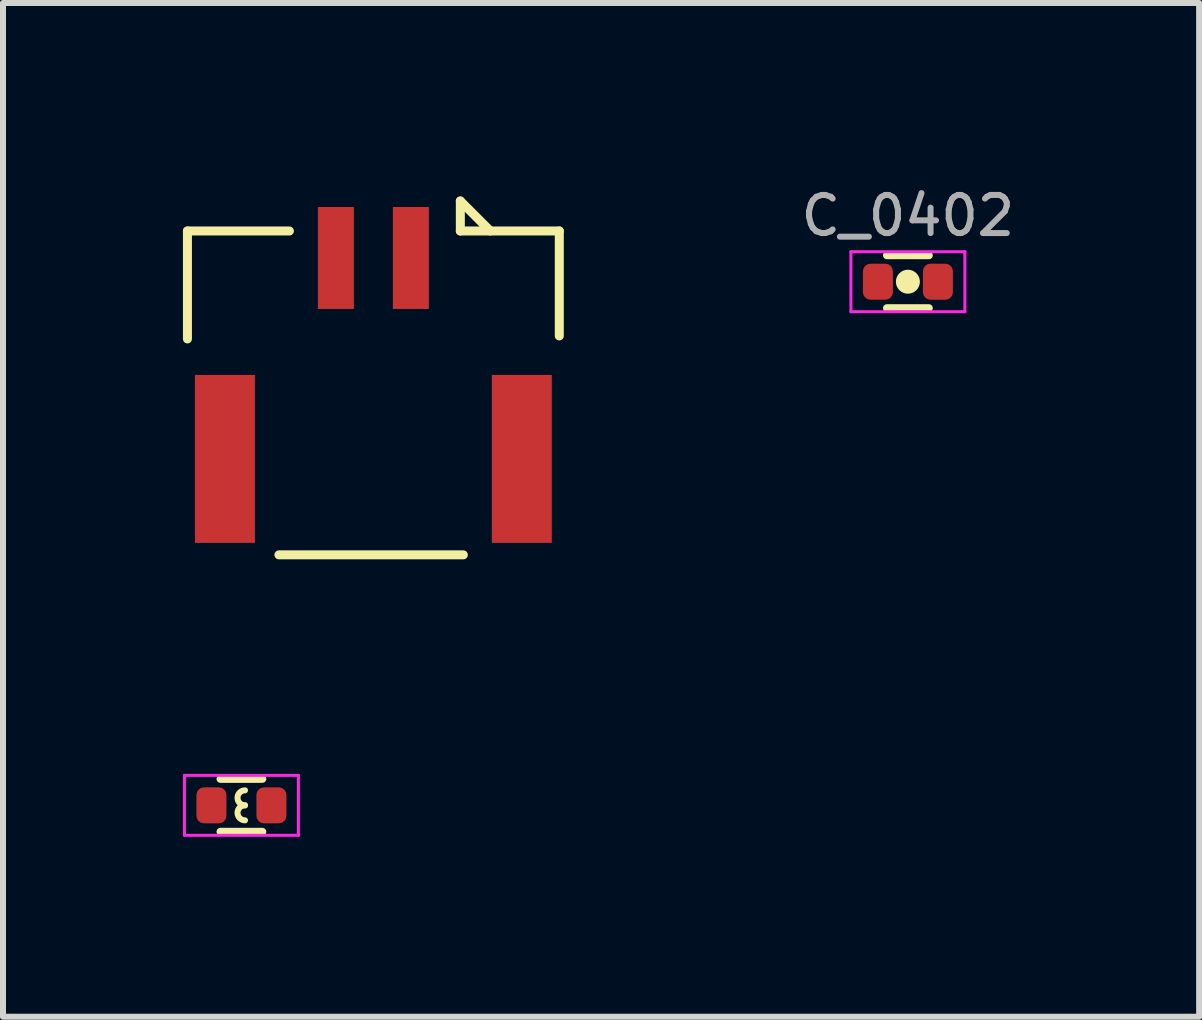
<source format=kicad_pcb>
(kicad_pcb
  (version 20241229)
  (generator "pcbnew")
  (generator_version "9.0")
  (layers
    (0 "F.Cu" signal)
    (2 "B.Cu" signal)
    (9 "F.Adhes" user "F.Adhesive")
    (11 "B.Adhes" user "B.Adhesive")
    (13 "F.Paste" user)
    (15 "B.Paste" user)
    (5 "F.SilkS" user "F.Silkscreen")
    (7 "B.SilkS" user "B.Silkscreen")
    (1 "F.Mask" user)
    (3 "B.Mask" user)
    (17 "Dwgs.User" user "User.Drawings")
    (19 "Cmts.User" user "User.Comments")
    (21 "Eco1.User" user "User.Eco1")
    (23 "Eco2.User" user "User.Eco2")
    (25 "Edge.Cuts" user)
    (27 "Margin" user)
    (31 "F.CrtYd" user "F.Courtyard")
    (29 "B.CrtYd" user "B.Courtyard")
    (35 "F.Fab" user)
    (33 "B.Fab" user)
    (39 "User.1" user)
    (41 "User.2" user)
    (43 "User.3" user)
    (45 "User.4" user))
  (footprint "L_0402"
    (layer "F.Cu")
    (at 0.975 10.377)
    (property "Reference" "L_0402" (at 0 -1.1 0) (layer "F.Fab") (effects (font (size 0.001 0.001) (thickness 0.15))))
    (attr smd)
    (fp_line (start -0.35 -0.44) (end 0.35 -0.44) (stroke (width 0.13) (type solid)) (layer "F.SilkS"))
    (fp_line (start 0.35 0.44) (end -0.35 0.44) (stroke (width 0.13) (type solid)) (layer "F.SilkS"))
    (fp_arc (start 0.06 0) (mid -0.065 -0.125) (end 0.06 -0.25) (stroke (width 0.1) (type solid)) (layer "F.SilkS"))
    (fp_arc (start 0.06 0.25) (mid -0.065 0.125) (end 0.06 0) (stroke (width 0.1) (type solid)) (layer "F.SilkS"))
    (fp_line (start -0.95 -0.5) (end -0.95 0.5) (stroke (width 0.05) (type solid)) (layer "F.CrtYd"))
    (fp_line (start -0.95 -0.5) (end 0.95 -0.5) (stroke (width 0.05) (type solid)) (layer "F.CrtYd"))
    (fp_line (start -0.95 0.5) (end 0.95 0.5) (stroke (width 0.05) (type solid)) (layer "F.CrtYd"))
    (fp_line (start 0.95 -0.5) (end 0.95 0.5) (stroke (width 0.05) (type solid)) (layer "F.CrtYd"))
    (pad "1" smd roundrect (at -0.5 0) (size 0.5 0.6) (layers "F.Cu" "F.Mask" "F.Paste") (roundrect_rratio 0.25))
    (pad "2" smd roundrect (at 0.5 0) (size 0.5 0.6) (layers "F.Cu" "F.Mask" "F.Paste") (roundrect_rratio 0.25)))
  (footprint "BM02B-GHS-TBT"
    (layer "F.Cu")
    (at 3.175 1.251)
    (property "Reference" "BM02B-GHS-TBT" (at 4.05 -1.25 0) (layer "F.SilkS") (effects (font (size 0.001 0.001) (thickness 0.15))))
    (attr through_hole)
    (fp_line (start -3.1 -0.45) (end -3.1 1.35) (stroke (width 0.15) (type solid)) (layer "F.SilkS"))
    (fp_line (start -3.1 -0.45) (end -1.4 -0.45) (stroke (width 0.15) (type solid)) (layer "F.SilkS"))
    (fp_line (start -1.575 4.95) (end 1.5 4.95) (stroke (width 0.15) (type solid)) (layer "F.SilkS"))
    (fp_line (start 1.45 -0.95) (end 1.95 -0.45) (stroke (width 0.15) (type solid)) (layer "F.SilkS"))
    (fp_line (start 1.45 -0.45) (end 1.45 -0.95) (stroke (width 0.15) (type solid)) (layer "F.SilkS"))
    (fp_line (start 1.45 -0.45) (end 3.1 -0.45) (stroke (width 0.15) (type solid)) (layer "F.SilkS"))
    (fp_line (start 3.1 -0.45) (end 3.1 1.3) (stroke (width 0.15) (type solid)) (layer "F.SilkS"))
    (pad "" smd rect (at -2.475 3.35) (size 1 2.8) (layers "F.Cu" "F.Mask" "F.Paste"))
    (pad "" smd rect (at 2.475 3.35) (size 1 2.8) (layers "F.Cu" "F.Mask" "F.Paste"))
    (pad "1" smd rect (at 0.625 0) (size 0.6 1.7) (layers "F.Cu" "F.Mask" "F.Paste"))
    (pad "2" smd rect (at -0.625 0) (size 0.6 1.7) (layers "F.Cu" "F.Mask" "F.Paste")))
  (footprint "C_0402"
    (layer "F.Cu")
    (at 12.087 1.647)
    (property "Reference" "C_0402" (at 0 -1.1 0) (layer "F.Fab") (effects (font (size 0.635 0.635) (thickness 0.1))))
    (attr smd)
    (fp_line (start -0.35 -0.44) (end 0.35 -0.44) (stroke (width 0.13) (type solid)) (layer "F.SilkS"))
    (fp_line (start 0.35 0.44) (end -0.35 0.44) (stroke (width 0.13) (type solid)) (layer "F.SilkS"))
    (fp_circle (center 0 0) (end 0.1 0) (stroke (width 0.2) (type solid)) (fill no) (layer "F.SilkS"))
    (fp_line (start -0.95 -0.5) (end -0.95 0.5) (stroke (width 0.05) (type solid)) (layer "F.CrtYd"))
    (fp_line (start -0.95 -0.5) (end 0.95 -0.5) (stroke (width 0.05) (type solid)) (layer "F.CrtYd"))
    (fp_line (start -0.95 0.5) (end 0.95 0.5) (stroke (width 0.05) (type solid)) (layer "F.CrtYd"))
    (fp_line (start 0.95 -0.5) (end 0.95 0.5) (stroke (width 0.05) (type solid)) (layer "F.CrtYd"))
    (pad "1" smd roundrect (at -0.5 0) (size 0.5 0.6) (layers "F.Cu" "F.Mask" "F.Paste") (roundrect_rratio 0.25))
    (pad "2" smd roundrect (at 0.5 0) (size 0.5 0.6) (layers "F.Cu" "F.Mask" "F.Paste") (roundrect_rratio 0.25)))
  (gr_rect
    (start -3 -3)
    (end 16.943 13.902)
    (stroke (width 0.1) (type default))
    (fill no)
    (layer "Edge.Cuts")))
</source>
